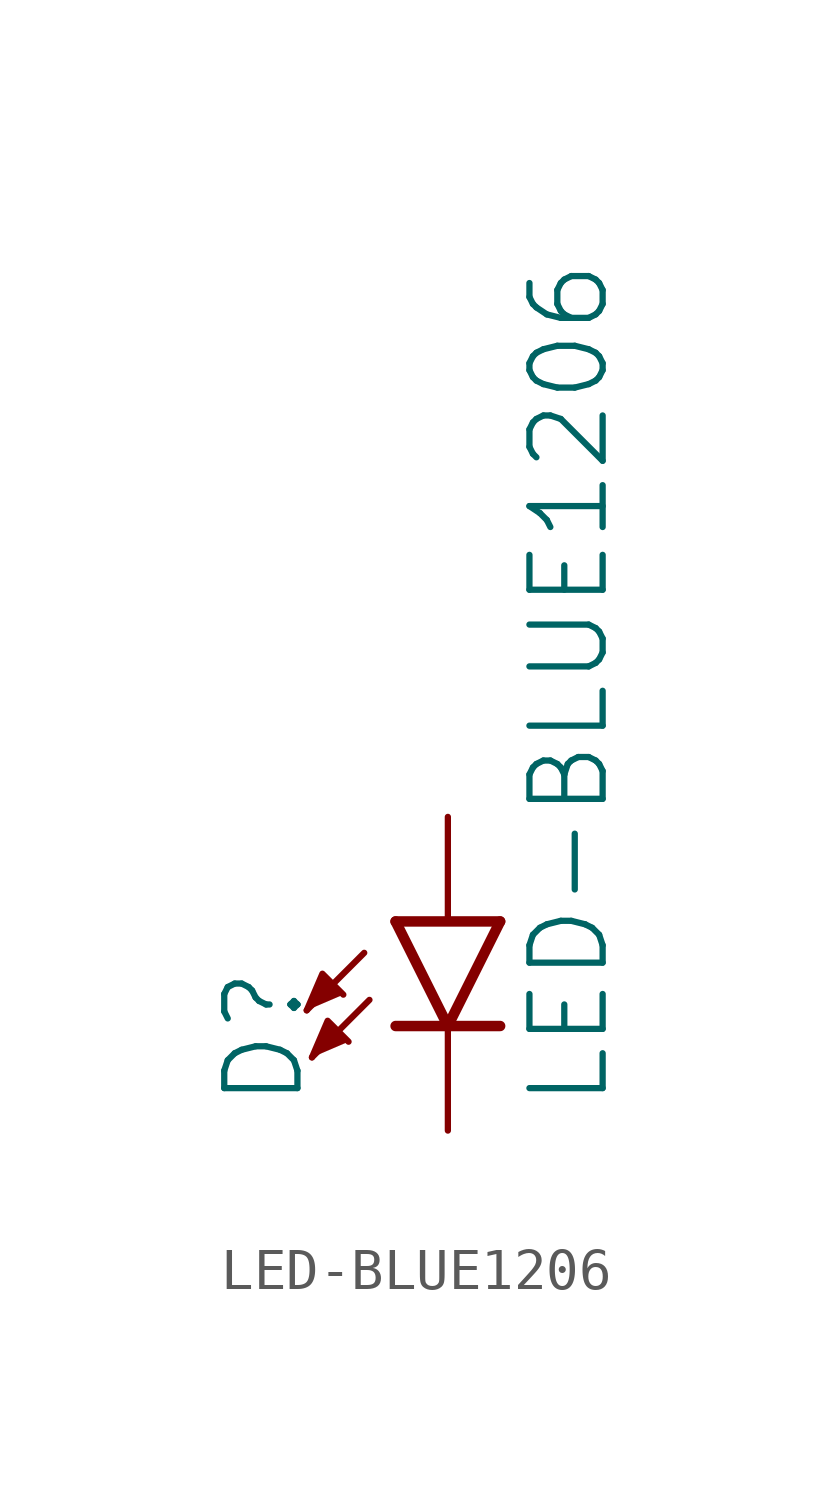
<source format=kicad_sym>
(kicad_symbol_lib
  (version 20211014)
  (generator kicad_symbol_editor)
  (symbol "LED-BLUE1206"
    (property "Reference" "D"
      (at -3.429 -4.572 90)
      (effects (font (size 1.778 1.778)) (justify left bottom)))
    (property "Value" "LED-BLUE1206"
      (at 1.905 -4.572 90)
      (effects (font (size 1.778 1.778)) (justify left top)))
    (property "ki_locked" ""
      (at 0 0 0)
      (effects (font (size 1.27 1.27))))
    (symbol "LED-BLUE1206_1_0"
      (polyline (pts (xy -2.032 -0.762) (xy -3.429 -2.159)) (stroke (width 0.152) (type default) (color 0 0 0 0)) (fill (type none)))
      (polyline (pts (xy -1.905 -1.905) (xy -3.302 -3.302)) (stroke (width 0.152) (type default) (color 0 0 0 0)) (fill (type none)))
      (polyline (pts (xy 0 -2.54) (xy -1.27 -2.54)) (stroke (width 0.254) (type default) (color 0 0 0 0)) (fill (type none)))
      (polyline (pts (xy 0 -2.54) (xy -1.27 0)) (stroke (width 0.254) (type default) (color 0 0 0 0)) (fill (type none)))
      (polyline (pts (xy 1.27 -2.54) (xy 0 -2.54)) (stroke (width 0.254) (type default) (color 0 0 0 0)) (fill (type none)))
      (polyline (pts (xy 1.27 0) (xy -1.27 0)) (stroke (width 0.254) (type default) (color 0 0 0 0)) (fill (type none)))
      (polyline (pts (xy 1.27 0) (xy 0 -2.54)) (stroke (width 0.254) (type default) (color 0 0 0 0)) (fill (type none)))
      (polyline (pts (xy -3.429 -2.159) (xy -3.048 -1.27) (xy -2.54 -1.778)) (stroke (width 0) (type default) (color 0 0 0 0)) (fill (type outline)))
      (polyline (pts (xy -3.302 -3.302) (xy -2.921 -2.413) (xy -2.413 -2.921)) (stroke (width 0) (type default) (color 0 0 0 0)) (fill (type outline)))
      (pin passive line (at 0 2.54 270) (length 2.54) (name "A" (effects (font (size 0 0)))) (number "A" (effects (font (size 0 0)))))
      (pin passive line (at 0 -5.08 90) (length 2.54) (name "C" (effects (font (size 0 0)))) (number "C" (effects (font (size 0 0))))))))
</source>
